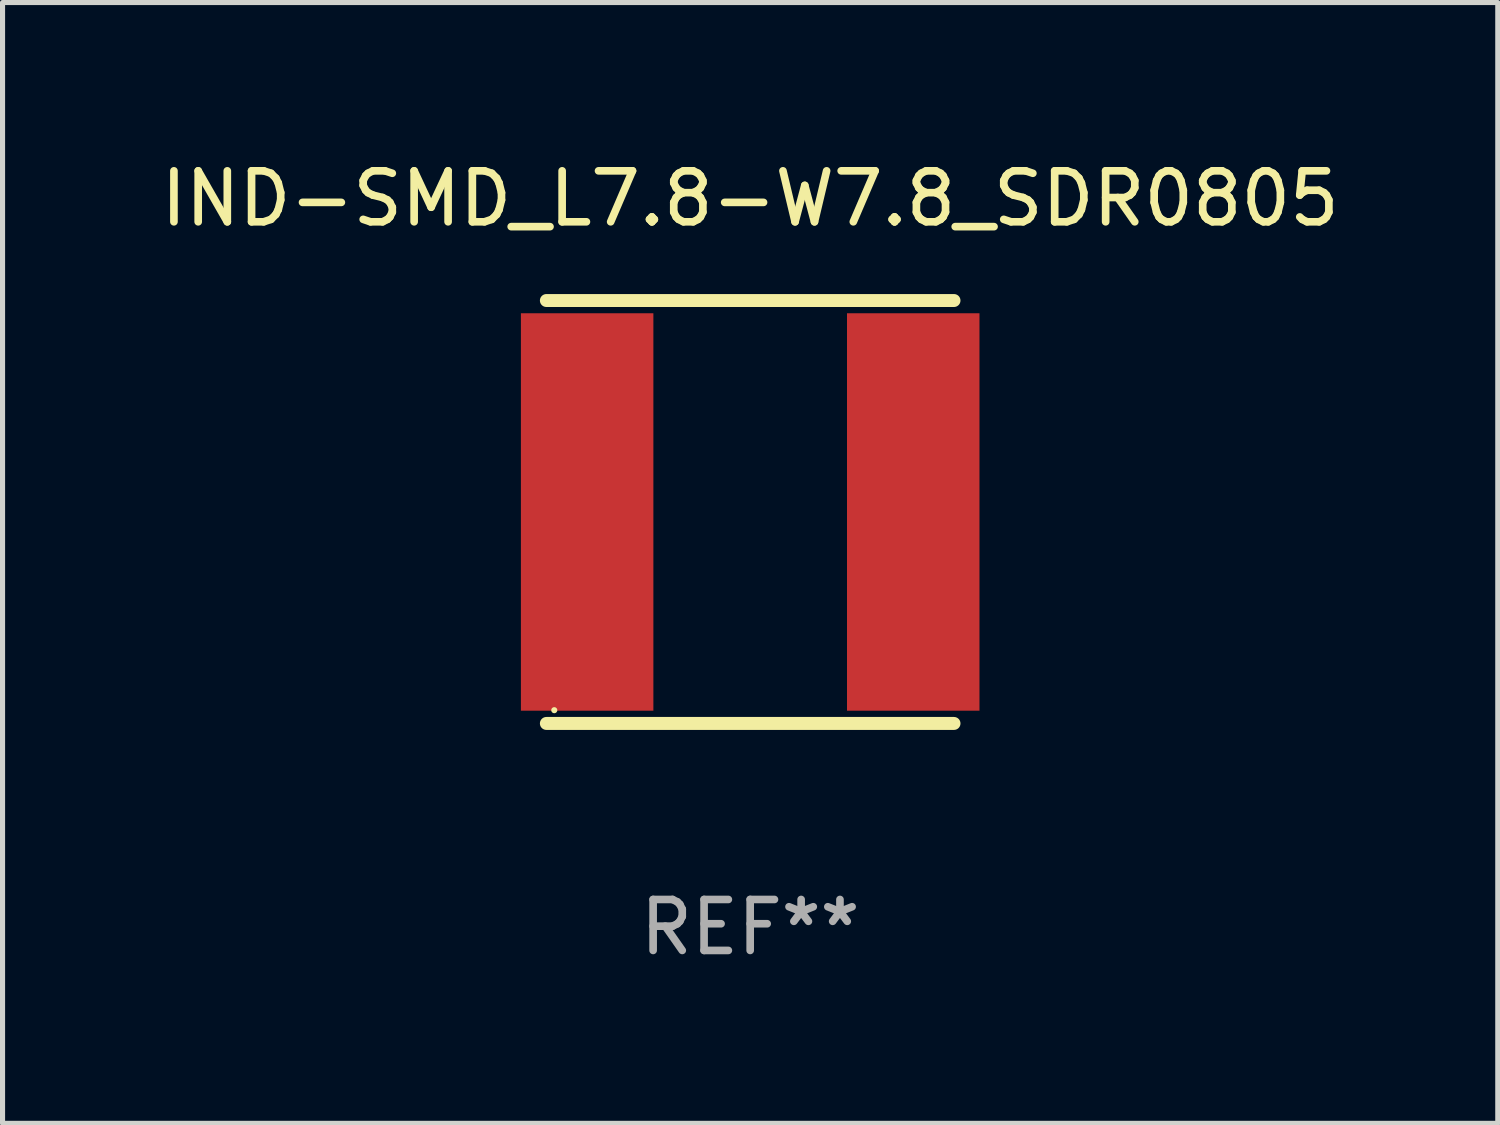
<source format=kicad_pcb>
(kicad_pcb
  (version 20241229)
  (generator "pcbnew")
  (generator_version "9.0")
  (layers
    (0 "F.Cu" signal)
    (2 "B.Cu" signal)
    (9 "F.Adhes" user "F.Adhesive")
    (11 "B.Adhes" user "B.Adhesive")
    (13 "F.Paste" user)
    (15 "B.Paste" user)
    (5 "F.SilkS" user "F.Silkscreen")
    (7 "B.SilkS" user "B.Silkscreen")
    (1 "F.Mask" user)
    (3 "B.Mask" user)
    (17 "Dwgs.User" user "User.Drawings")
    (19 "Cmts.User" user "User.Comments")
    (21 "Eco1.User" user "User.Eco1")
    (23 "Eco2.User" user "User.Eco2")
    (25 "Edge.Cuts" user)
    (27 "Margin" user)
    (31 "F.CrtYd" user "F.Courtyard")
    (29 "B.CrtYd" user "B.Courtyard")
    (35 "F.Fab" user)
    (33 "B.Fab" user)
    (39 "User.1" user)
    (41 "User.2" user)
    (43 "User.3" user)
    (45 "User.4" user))
  (footprint "IND-SMD_L7.8-W7.8_SDR0805"
    (layer "F.Cu")
    (at 11.673 6.998)
    (property "Reference" "IND-SMD_L7.8-W7.8_SDR0805" (at 0 -6.15 0) (layer "F.SilkS") (effects (font (size 1 1) (thickness 0.15))))
    (attr smd)
    (fp_line (start -4 -4.15) (end 4 -4.15) (stroke (width 0.254) (type solid)) (layer "F.SilkS"))
    (fp_line (start 4 4.15) (end -4 4.15) (stroke (width 0.254) (type solid)) (layer "F.SilkS"))
    (fp_circle (center -3.845 3.89) (end -3.815 3.89) (stroke (width 0.06) (type solid)) (fill no) (layer "F.SilkS"))
    (fp_text user "REF**" (at 0 8.15 0) (layer "F.Fab") (effects (font (size 1 1) (thickness 0.15))))
    (pad "1" smd rect (at -3.2 0 180) (size 2.6 7.8) (layers "F.Cu" "F.Mask" "F.Paste"))
    (pad "2" smd rect (at 3.2 0 180) (size 2.6 7.8) (layers "F.Cu" "F.Mask" "F.Paste")))
  (gr_rect
    (start -3 -3)
    (end 26.345 18.997)
    (stroke (width 0.1) (type default))
    (fill no)
    (layer "Edge.Cuts")))
</source>
